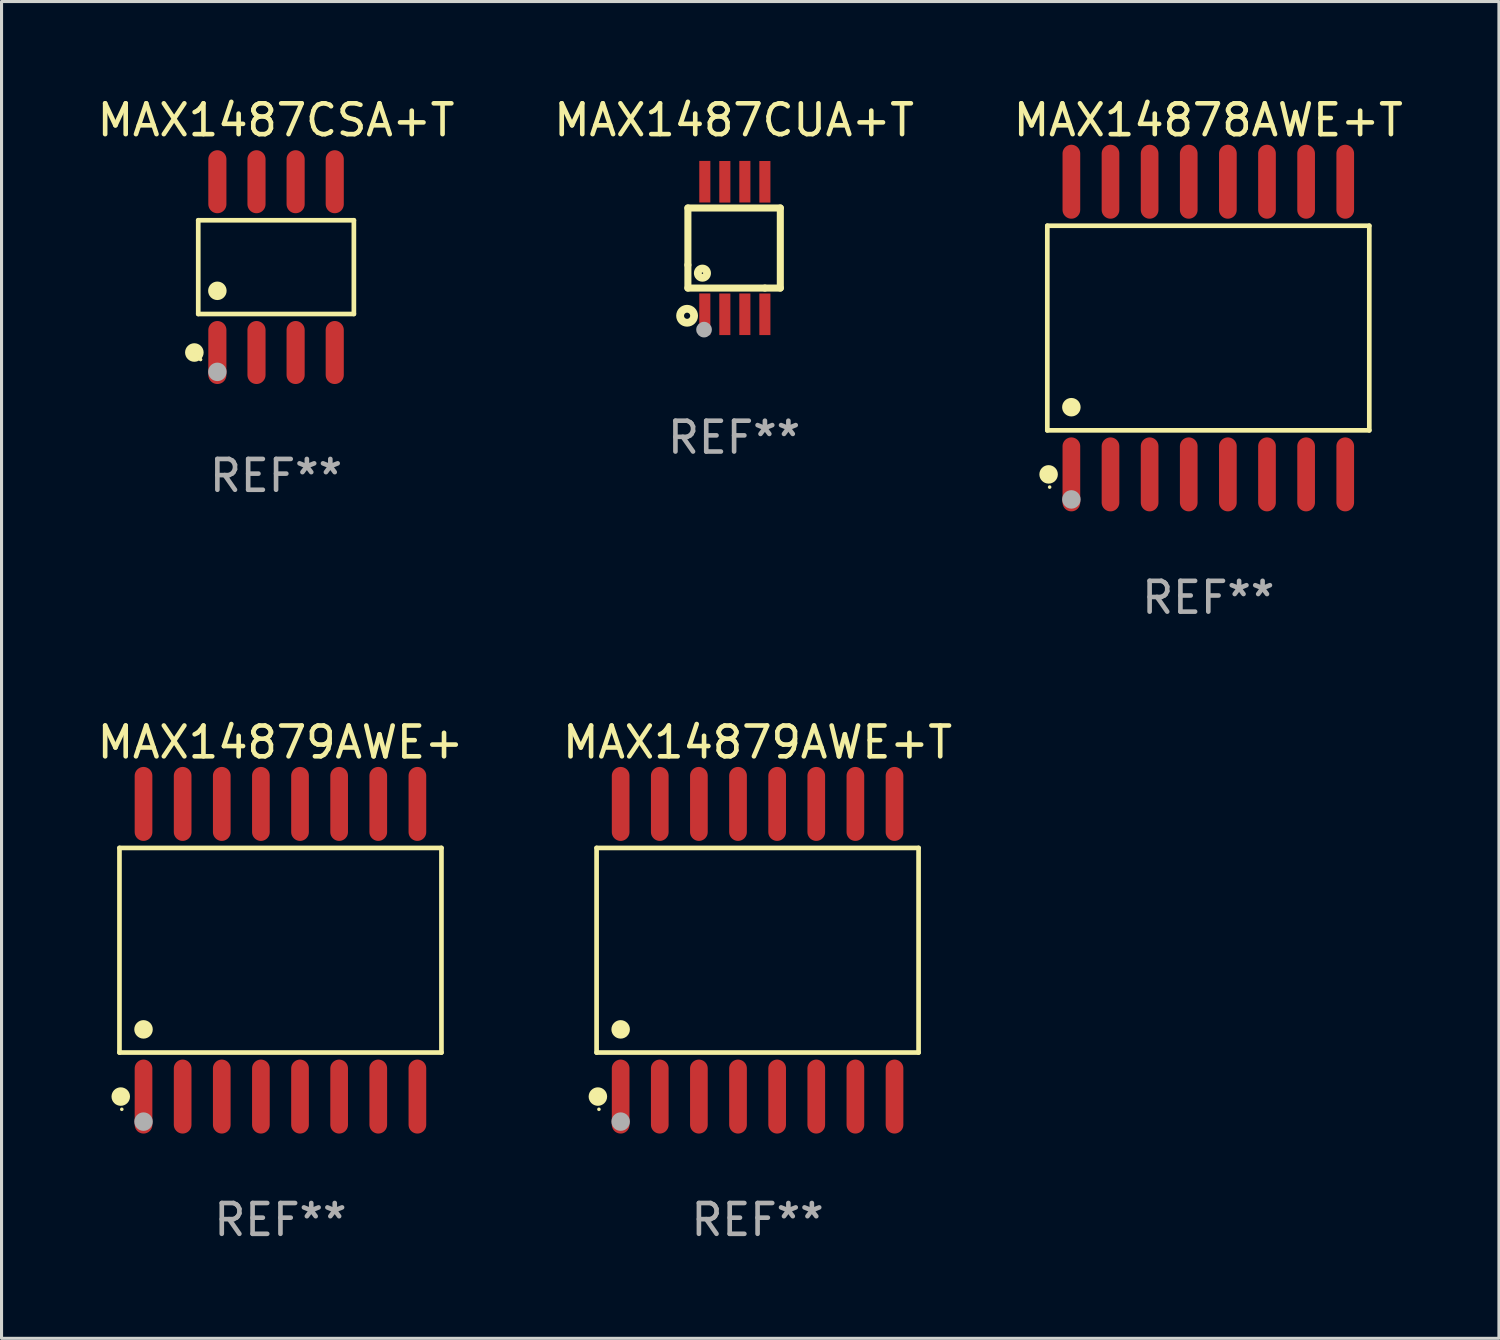
<source format=kicad_pcb>
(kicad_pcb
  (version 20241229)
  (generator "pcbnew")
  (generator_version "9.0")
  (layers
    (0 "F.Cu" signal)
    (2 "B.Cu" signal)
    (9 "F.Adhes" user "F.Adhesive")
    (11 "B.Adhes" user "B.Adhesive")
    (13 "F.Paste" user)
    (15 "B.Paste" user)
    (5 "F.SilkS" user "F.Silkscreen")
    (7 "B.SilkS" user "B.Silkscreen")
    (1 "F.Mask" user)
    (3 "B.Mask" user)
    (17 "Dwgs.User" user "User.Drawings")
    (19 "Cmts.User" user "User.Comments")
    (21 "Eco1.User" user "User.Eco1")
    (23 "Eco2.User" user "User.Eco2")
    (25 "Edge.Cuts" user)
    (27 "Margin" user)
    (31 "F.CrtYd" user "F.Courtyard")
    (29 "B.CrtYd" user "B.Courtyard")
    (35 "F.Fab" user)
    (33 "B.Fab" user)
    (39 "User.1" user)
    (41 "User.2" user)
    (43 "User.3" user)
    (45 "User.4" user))
  (footprint "MAX14878AWE+T"
    (layer "F.Cu")
    (at 36.173 7.599)
    (property "Reference" "MAX14878AWE+T" (at 0 -6.75 0) (layer "F.SilkS") (effects (font (size 1 1) (thickness 0.15))))
    (attr through_hole)
    (fp_line (start -5.226 -3.321) (end 5.226 -3.321) (stroke (width 0.152) (type solid)) (layer "F.SilkS"))
    (fp_line (start -5.226 3.321) (end -5.226 -3.321) (stroke (width 0.152) (type solid)) (layer "F.SilkS"))
    (fp_line (start 5.226 -3.321) (end 5.226 3.321) (stroke (width 0.152) (type solid)) (layer "F.SilkS"))
    (fp_line (start 5.226 3.321) (end -5.226 3.321) (stroke (width 0.152) (type solid)) (layer "F.SilkS"))
    (fp_circle (center -5.184 4.75) (end -5.034 4.75) (stroke (width 0.3) (type solid)) (fill no) (layer "F.SilkS"))
    (fp_circle (center -5.15 5.163) (end -5.12 5.163) (stroke (width 0.06) (type solid)) (fill no) (layer "F.SilkS"))
    (fp_circle (center -4.445 2.569) (end -4.295 2.569) (stroke (width 0.3) (type solid)) (fill no) (layer "F.SilkS"))
    (fp_circle (center -4.445 5.563) (end -4.295 5.563) (stroke (width 0.3) (type solid)) (fill no) (layer "F.Fab"))
    (fp_text user "REF**" (at 0 8.75 0) (layer "F.Fab") (effects (font (size 1 1) (thickness 0.15))))
    (pad "1" smd oval (at -4.445 4.75) (size 0.574 2.401) (layers "F.Cu" "F.Mask" "F.Paste"))
    (pad "2" smd oval (at -3.175 4.75) (size 0.574 2.401) (layers "F.Cu" "F.Mask" "F.Paste"))
    (pad "3" smd oval (at -1.905 4.75) (size 0.574 2.401) (layers "F.Cu" "F.Mask" "F.Paste"))
    (pad "4" smd oval (at -0.635 4.75) (size 0.574 2.401) (layers "F.Cu" "F.Mask" "F.Paste"))
    (pad "5" smd oval (at 0.635 4.75) (size 0.574 2.401) (layers "F.Cu" "F.Mask" "F.Paste"))
    (pad "6" smd oval (at 1.905 4.75) (size 0.574 2.401) (layers "F.Cu" "F.Mask" "F.Paste"))
    (pad "7" smd oval (at 3.175 4.75) (size 0.574 2.401) (layers "F.Cu" "F.Mask" "F.Paste"))
    (pad "8" smd oval (at 4.445 4.75) (size 0.574 2.401) (layers "F.Cu" "F.Mask" "F.Paste"))
    (pad "9" smd oval (at 4.445 -4.75) (size 0.574 2.401) (layers "F.Cu" "F.Mask" "F.Paste"))
    (pad "10" smd oval (at 3.175 -4.75) (size 0.574 2.401) (layers "F.Cu" "F.Mask" "F.Paste"))
    (pad "11" smd oval (at 1.905 -4.75) (size 0.574 2.401) (layers "F.Cu" "F.Mask" "F.Paste"))
    (pad "12" smd oval (at 0.635 -4.75) (size 0.574 2.401) (layers "F.Cu" "F.Mask" "F.Paste"))
    (pad "13" smd oval (at -0.635 -4.75) (size 0.574 2.401) (layers "F.Cu" "F.Mask" "F.Paste"))
    (pad "14" smd oval (at -1.905 -4.75) (size 0.574 2.401) (layers "F.Cu" "F.Mask" "F.Paste"))
    (pad "15" smd oval (at -3.175 -4.75) (size 0.574 2.401) (layers "F.Cu" "F.Mask" "F.Paste"))
    (pad "16" smd oval (at -4.445 -4.75) (size 0.574 2.401) (layers "F.Cu" "F.Mask" "F.Paste")))
  (footprint "MAX14879AWE+"
    (layer "F.Cu")
    (at 6.054 27.796)
    (property "Reference" "MAX14879AWE+" (at 0 -6.75 0) (layer "F.SilkS") (effects (font (size 1 1) (thickness 0.15))))
    (attr through_hole)
    (fp_line (start -5.226 -3.321) (end 5.226 -3.321) (stroke (width 0.152) (type solid)) (layer "F.SilkS"))
    (fp_line (start -5.226 3.321) (end -5.226 -3.321) (stroke (width 0.152) (type solid)) (layer "F.SilkS"))
    (fp_line (start 5.226 -3.321) (end 5.226 3.321) (stroke (width 0.152) (type solid)) (layer "F.SilkS"))
    (fp_line (start 5.226 3.321) (end -5.226 3.321) (stroke (width 0.152) (type solid)) (layer "F.SilkS"))
    (fp_circle (center -5.184 4.75) (end -5.034 4.75) (stroke (width 0.3) (type solid)) (fill no) (layer "F.SilkS"))
    (fp_circle (center -5.15 5.163) (end -5.12 5.163) (stroke (width 0.06) (type solid)) (fill no) (layer "F.SilkS"))
    (fp_circle (center -4.445 2.569) (end -4.295 2.569) (stroke (width 0.3) (type solid)) (fill no) (layer "F.SilkS"))
    (fp_circle (center -4.445 5.563) (end -4.295 5.563) (stroke (width 0.3) (type solid)) (fill no) (layer "F.Fab"))
    (fp_text user "REF**" (at 0 8.75 0) (layer "F.Fab") (effects (font (size 1 1) (thickness 0.15))))
    (pad "1" smd oval (at -4.445 4.75) (size 0.574 2.401) (layers "F.Cu" "F.Mask" "F.Paste"))
    (pad "2" smd oval (at -3.175 4.75) (size 0.574 2.401) (layers "F.Cu" "F.Mask" "F.Paste"))
    (pad "3" smd oval (at -1.905 4.75) (size 0.574 2.401) (layers "F.Cu" "F.Mask" "F.Paste"))
    (pad "4" smd oval (at -0.635 4.75) (size 0.574 2.401) (layers "F.Cu" "F.Mask" "F.Paste"))
    (pad "5" smd oval (at 0.635 4.75) (size 0.574 2.401) (layers "F.Cu" "F.Mask" "F.Paste"))
    (pad "6" smd oval (at 1.905 4.75) (size 0.574 2.401) (layers "F.Cu" "F.Mask" "F.Paste"))
    (pad "7" smd oval (at 3.175 4.75) (size 0.574 2.401) (layers "F.Cu" "F.Mask" "F.Paste"))
    (pad "8" smd oval (at 4.445 4.75) (size 0.574 2.401) (layers "F.Cu" "F.Mask" "F.Paste"))
    (pad "9" smd oval (at 4.445 -4.75) (size 0.574 2.401) (layers "F.Cu" "F.Mask" "F.Paste"))
    (pad "10" smd oval (at 3.175 -4.75) (size 0.574 2.401) (layers "F.Cu" "F.Mask" "F.Paste"))
    (pad "11" smd oval (at 1.905 -4.75) (size 0.574 2.401) (layers "F.Cu" "F.Mask" "F.Paste"))
    (pad "12" smd oval (at 0.635 -4.75) (size 0.574 2.401) (layers "F.Cu" "F.Mask" "F.Paste"))
    (pad "13" smd oval (at -0.635 -4.75) (size 0.574 2.401) (layers "F.Cu" "F.Mask" "F.Paste"))
    (pad "14" smd oval (at -1.905 -4.75) (size 0.574 2.401) (layers "F.Cu" "F.Mask" "F.Paste"))
    (pad "15" smd oval (at -3.175 -4.75) (size 0.574 2.401) (layers "F.Cu" "F.Mask" "F.Paste"))
    (pad "16" smd oval (at -4.445 -4.75) (size 0.574 2.401) (layers "F.Cu" "F.Mask" "F.Paste")))
  (footprint "MAX14879AWE+T"
    (layer "F.Cu")
    (at 21.542 27.796)
    (property "Reference" "MAX14879AWE+T" (at 0 -6.75 0) (layer "F.SilkS") (effects (font (size 1 1) (thickness 0.15))))
    (attr through_hole)
    (fp_line (start -5.226 -3.321) (end 5.226 -3.321) (stroke (width 0.152) (type solid)) (layer "F.SilkS"))
    (fp_line (start -5.226 3.321) (end -5.226 -3.321) (stroke (width 0.152) (type solid)) (layer "F.SilkS"))
    (fp_line (start 5.226 -3.321) (end 5.226 3.321) (stroke (width 0.152) (type solid)) (layer "F.SilkS"))
    (fp_line (start 5.226 3.321) (end -5.226 3.321) (stroke (width 0.152) (type solid)) (layer "F.SilkS"))
    (fp_circle (center -5.184 4.75) (end -5.034 4.75) (stroke (width 0.3) (type solid)) (fill no) (layer "F.SilkS"))
    (fp_circle (center -5.15 5.163) (end -5.12 5.163) (stroke (width 0.06) (type solid)) (fill no) (layer "F.SilkS"))
    (fp_circle (center -4.445 2.569) (end -4.295 2.569) (stroke (width 0.3) (type solid)) (fill no) (layer "F.SilkS"))
    (fp_circle (center -4.445 5.563) (end -4.295 5.563) (stroke (width 0.3) (type solid)) (fill no) (layer "F.Fab"))
    (fp_text user "REF**" (at 0 8.75 0) (layer "F.Fab") (effects (font (size 1 1) (thickness 0.15))))
    (pad "1" smd oval (at -4.445 4.75) (size 0.574 2.401) (layers "F.Cu" "F.Mask" "F.Paste"))
    (pad "2" smd oval (at -3.175 4.75) (size 0.574 2.401) (layers "F.Cu" "F.Mask" "F.Paste"))
    (pad "3" smd oval (at -1.905 4.75) (size 0.574 2.401) (layers "F.Cu" "F.Mask" "F.Paste"))
    (pad "4" smd oval (at -0.635 4.75) (size 0.574 2.401) (layers "F.Cu" "F.Mask" "F.Paste"))
    (pad "5" smd oval (at 0.635 4.75) (size 0.574 2.401) (layers "F.Cu" "F.Mask" "F.Paste"))
    (pad "6" smd oval (at 1.905 4.75) (size 0.574 2.401) (layers "F.Cu" "F.Mask" "F.Paste"))
    (pad "7" smd oval (at 3.175 4.75) (size 0.574 2.401) (layers "F.Cu" "F.Mask" "F.Paste"))
    (pad "8" smd oval (at 4.445 4.75) (size 0.574 2.401) (layers "F.Cu" "F.Mask" "F.Paste"))
    (pad "9" smd oval (at 4.445 -4.75) (size 0.574 2.401) (layers "F.Cu" "F.Mask" "F.Paste"))
    (pad "10" smd oval (at 3.175 -4.75) (size 0.574 2.401) (layers "F.Cu" "F.Mask" "F.Paste"))
    (pad "11" smd oval (at 1.905 -4.75) (size 0.574 2.401) (layers "F.Cu" "F.Mask" "F.Paste"))
    (pad "12" smd oval (at 0.635 -4.75) (size 0.574 2.401) (layers "F.Cu" "F.Mask" "F.Paste"))
    (pad "13" smd oval (at -0.635 -4.75) (size 0.574 2.401) (layers "F.Cu" "F.Mask" "F.Paste"))
    (pad "14" smd oval (at -1.905 -4.75) (size 0.574 2.401) (layers "F.Cu" "F.Mask" "F.Paste"))
    (pad "15" smd oval (at -3.175 -4.75) (size 0.574 2.401) (layers "F.Cu" "F.Mask" "F.Paste"))
    (pad "16" smd oval (at -4.445 -4.75) (size 0.574 2.401) (layers "F.Cu" "F.Mask" "F.Paste")))
  (footprint "MAX1487CSA+T"
    (layer "F.Cu")
    (at 5.911 5.621)
    (property "Reference" "MAX1487CSA+T" (at 0 -4.772 0) (layer "F.SilkS") (effects (font (size 1 1) (thickness 0.15))))
    (attr through_hole)
    (fp_line (start -2.526 -1.521) (end 2.526 -1.521) (stroke (width 0.152) (type solid)) (layer "F.SilkS"))
    (fp_line (start -2.526 1.521) (end -2.526 -1.521) (stroke (width 0.152) (type solid)) (layer "F.SilkS"))
    (fp_line (start 2.526 -1.521) (end 2.526 1.521) (stroke (width 0.152) (type solid)) (layer "F.SilkS"))
    (fp_line (start 2.526 1.521) (end -2.526 1.521) (stroke (width 0.152) (type solid)) (layer "F.SilkS"))
    (fp_circle (center -2.652 2.772) (end -2.501 2.772) (stroke (width 0.3) (type solid)) (fill no) (layer "F.SilkS"))
    (fp_circle (center -2.45 3) (end -2.42 3) (stroke (width 0.06) (type solid)) (fill no) (layer "F.SilkS"))
    (fp_circle (center -1.905 0.769) (end -1.755 0.769) (stroke (width 0.3) (type solid)) (fill no) (layer "F.SilkS"))
    (fp_circle (center -1.905 3.4) (end -1.755 3.4) (stroke (width 0.3) (type solid)) (fill no) (layer "F.Fab"))
    (fp_text user "REF**" (at 0 6.772 0) (layer "F.Fab") (effects (font (size 1 1) (thickness 0.15))))
    (pad "1" smd oval (at -1.905 2.772) (size 0.588 2.045) (layers "F.Cu" "F.Mask" "F.Paste"))
    (pad "2" smd oval (at -0.635 2.772) (size 0.588 2.045) (layers "F.Cu" "F.Mask" "F.Paste"))
    (pad "3" smd oval (at 0.635 2.772) (size 0.588 2.045) (layers "F.Cu" "F.Mask" "F.Paste"))
    (pad "4" smd oval (at 1.905 2.772) (size 0.588 2.045) (layers "F.Cu" "F.Mask" "F.Paste"))
    (pad "5" smd oval (at 1.905 -2.772) (size 0.588 2.045) (layers "F.Cu" "F.Mask" "F.Paste"))
    (pad "6" smd oval (at 0.635 -2.772) (size 0.588 2.045) (layers "F.Cu" "F.Mask" "F.Paste"))
    (pad "7" smd oval (at -0.635 -2.772) (size 0.588 2.045) (layers "F.Cu" "F.Mask" "F.Paste"))
    (pad "8" smd oval (at -1.905 -2.772) (size 0.588 2.045) (layers "F.Cu" "F.Mask" "F.Paste")))
  (footprint "MAX1487CUA+T"
    (layer "F.Cu")
    (at 20.78 5)
    (property "Reference" "MAX1487CUA+T" (at 0 -4.152 0) (layer "F.SilkS") (effects (font (size 1 1) (thickness 0.15))))
    (attr through_hole)
    (fp_line (start -1.5 1.301) (end 1 1.301) (stroke (width 0.229) (type solid)) (layer "F.SilkS"))
    (fp_line (start -1.5 -1.299) (end -1.5 0.551) (stroke (width 0.229) (type solid)) (layer "F.SilkS"))
    (fp_line (start -1.5 0.551) (end -1.5 1.301) (stroke (width 0.229) (type solid)) (layer "F.SilkS"))
    (fp_line (start 1 1.301) (end 1.5 1.301) (stroke (width 0.229) (type solid)) (layer "F.SilkS"))
    (fp_line (start 1.5 1.301) (end 1.5 -1.299) (stroke (width 0.229) (type solid)) (layer "F.SilkS"))
    (fp_line (start 1.5 -1.299) (end -1.5 -1.299) (stroke (width 0.229) (type solid)) (layer "F.SilkS"))
    (fp_circle (center -1.526 2.2) (end -1.426 2.2) (stroke (width 0.254) (type solid)) (fill no) (layer "F.SilkS"))
    (fp_circle (center -1.476 2.45) (end -1.446 2.45) (stroke (width 0.06) (type solid)) (fill no) (layer "F.SilkS"))
    (fp_circle (center -1.028 0.817) (end -0.878 0.817) (stroke (width 0.254) (type solid)) (fill no) (layer "F.SilkS"))
    (fp_circle (center -0.976 2.65) (end -0.849 2.65) (stroke (width 0.254) (type solid)) (fill no) (layer "F.Fab"))
    (fp_text user "REF**" (at 0 6.152 0) (layer "F.Fab") (effects (font (size 1 1) (thickness 0.15))))
    (pad "1" smd rect (at -0.951 2.15) (size 0.36 1.35) (layers "F.Cu" "F.Mask" "F.Paste"))
    (pad "2" smd rect (at -0.301 2.152) (size 0.36 1.35) (layers "F.Cu" "F.Mask" "F.Paste"))
    (pad "3" smd rect (at 0.349 2.151) (size 0.36 1.35) (layers "F.Cu" "F.Mask" "F.Paste"))
    (pad "4" smd rect (at 0.999 2.152) (size 0.36 1.35) (layers "F.Cu" "F.Mask" "F.Paste"))
    (pad "5" smd rect (at 0.999 -2.149) (size 0.36 1.35) (layers "F.Cu" "F.Mask" "F.Paste"))
    (pad "6" smd rect (at 0.349 -2.152) (size 0.36 1.35) (layers "F.Cu" "F.Mask" "F.Paste"))
    (pad "7" smd rect (at -0.301 -2.149) (size 0.36 1.35) (layers "F.Cu" "F.Mask" "F.Paste"))
    (pad "8" smd rect (at -0.951 -2.152) (size 0.36 1.35) (layers "F.Cu" "F.Mask" "F.Paste")))
  (gr_rect
    (start -3 -3)
    (end 45.607 40.394)
    (stroke (width 0.1) (type default))
    (fill no)
    (layer "Edge.Cuts")))
</source>
